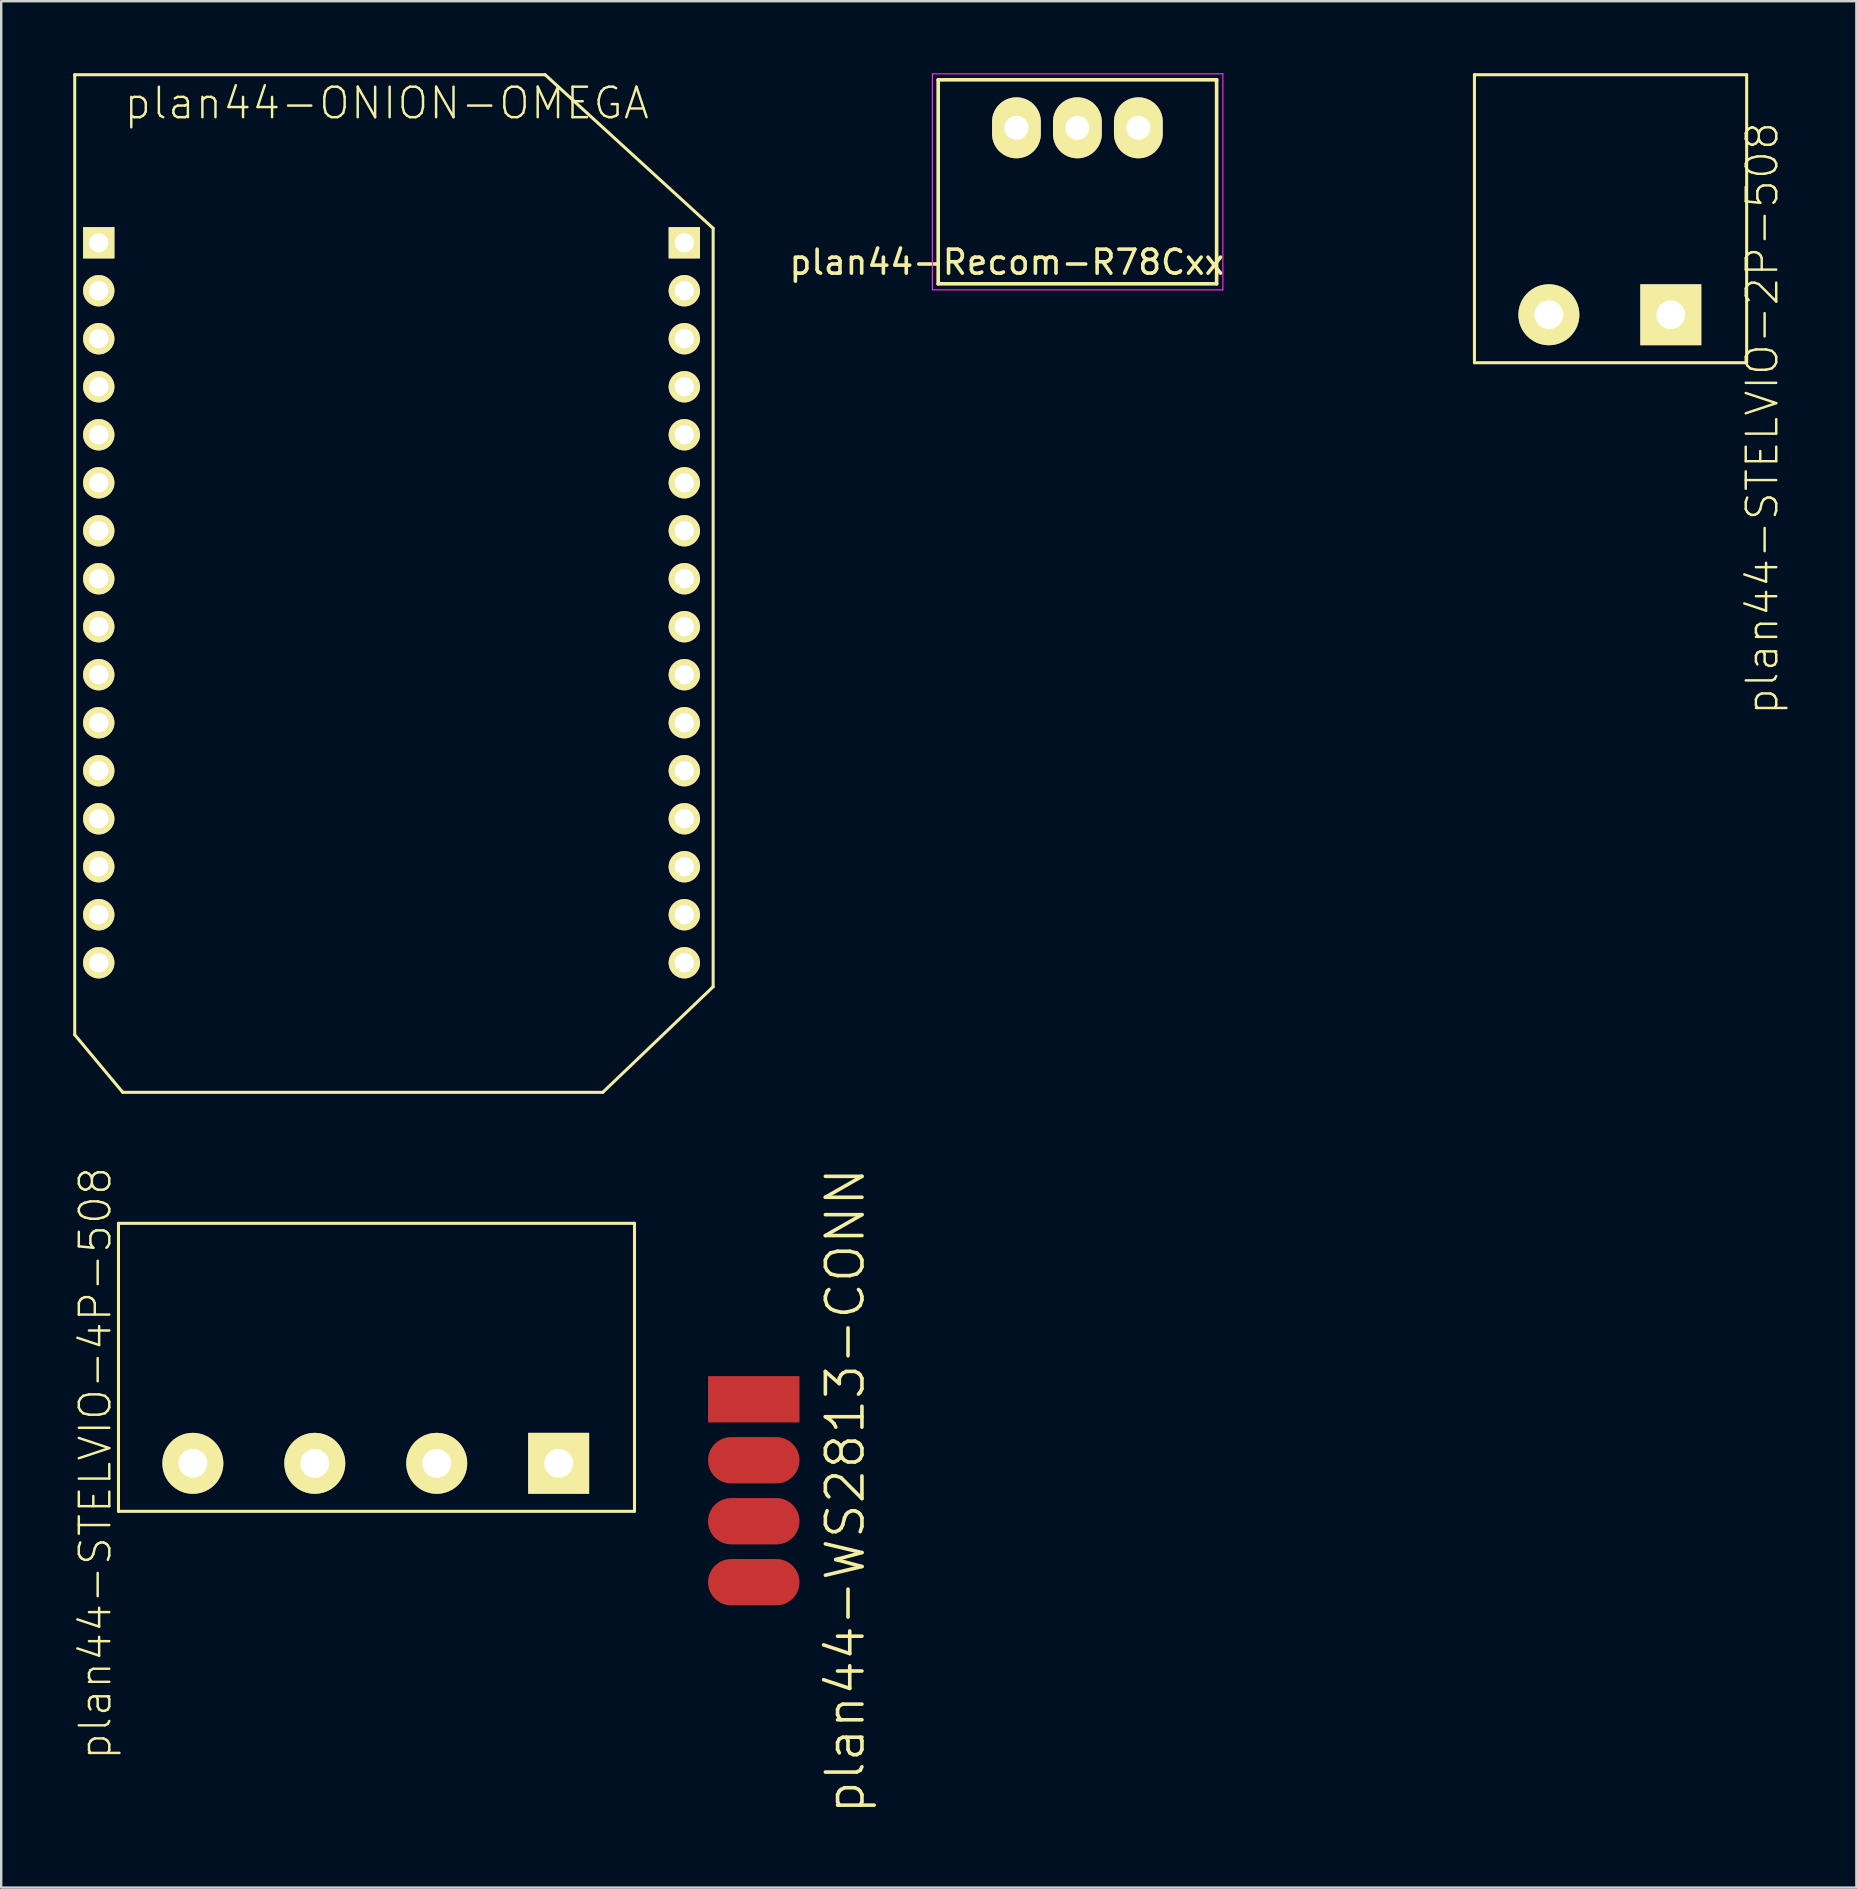
<source format=kicad_pcb>
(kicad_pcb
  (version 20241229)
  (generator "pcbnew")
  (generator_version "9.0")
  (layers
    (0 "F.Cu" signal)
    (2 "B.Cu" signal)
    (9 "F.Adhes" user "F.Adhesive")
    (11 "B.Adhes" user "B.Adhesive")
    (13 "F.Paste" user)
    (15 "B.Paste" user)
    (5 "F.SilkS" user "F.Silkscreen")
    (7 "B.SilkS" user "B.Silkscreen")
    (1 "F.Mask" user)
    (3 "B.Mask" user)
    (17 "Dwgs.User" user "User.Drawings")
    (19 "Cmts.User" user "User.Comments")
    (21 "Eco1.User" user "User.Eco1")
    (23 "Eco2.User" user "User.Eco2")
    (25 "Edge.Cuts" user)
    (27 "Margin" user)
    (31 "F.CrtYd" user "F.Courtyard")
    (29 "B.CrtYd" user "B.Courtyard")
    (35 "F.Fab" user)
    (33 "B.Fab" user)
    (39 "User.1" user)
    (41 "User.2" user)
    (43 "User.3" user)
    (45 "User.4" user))
  (footprint "plan44-WS2813-CONN"
    (layer "F.Cu")
    (at 28.354 55.249)
    (property "Reference" "plan44-WS2813-CONN" (at 3.81 3.81 90) (layer "F.SilkS") (effects (font (size 1.524 1.524) (thickness 0.15))))
    (attr exclude_from_pos_files exclude_from_bom)
    (pad "1" smd rect (at 0 0) (size 3.81 1.93) (layers "F.Cu" "F.Mask" "F.Paste"))
    (pad "2" smd oval (at 0 2.54) (size 3.81 1.93) (layers "F.Cu" "F.Mask" "F.Paste"))
    (pad "3" smd oval (at 0 5.08) (size 3.81 1.93) (layers "F.Cu" "F.Mask" "F.Paste"))
    (pad "4" smd oval (at 0 7.62) (size 3.81 1.93) (layers "F.Cu" "F.Mask" "F.Paste")))
  (footprint "plan44-STELVIO-4P-508"
    (layer "F.Cu")
    (at 4.985 57.917)
    (property "Reference" "plan44-STELVIO-4P-508" (at -4.064 0 90) (layer "F.SilkS") (effects (font (size 1.27 1.27) (thickness 0.102))))
    (attr exclude_from_pos_files exclude_from_bom)
    (fp_line (start -3.099 -10) (end 18.4 -10) (stroke (width 0.127) (type solid)) (layer "F.SilkS"))
    (fp_line (start -3.099 1.999) (end -3.099 -10) (stroke (width 0.127) (type solid)) (layer "F.SilkS"))
    (fp_line (start 18.4 -10) (end 18.4 1.999) (stroke (width 0.127) (type solid)) (layer "F.SilkS"))
    (fp_line (start 18.4 1.999) (end -3.099 1.999) (stroke (width 0.127) (type solid)) (layer "F.SilkS"))
    (pad "1" thru_hole rect (at 15.24 0) (size 2.54 2.54) (drill 1.199) (layers "*.Cu" "*.Mask" "F.SilkS" "F.Paste"))
    (pad "2" thru_hole circle (at 10.16 0) (size 2.54 2.54) (drill 1.199) (layers "*.Cu" "*.Mask" "F.SilkS" "F.Paste"))
    (pad "3" thru_hole circle (at 5.08 0) (size 2.54 2.54) (drill 1.199) (layers "*.Cu" "*.Mask" "F.SilkS" "F.Paste"))
    (pad "4" thru_hole circle (at 0 0) (size 2.54 2.54) (drill 1.199) (layers "*.Cu" "*.Mask" "F.SilkS" "F.Paste")))
  (footprint "plan44-STELVIO-2P-508"
    (layer "F.Cu")
    (at 51.321 10.063)
    (property "Reference" "plan44-STELVIO-2P-508" (at 19.05 4.318 90) (layer "F.SilkS") (effects (font (size 1.27 1.27) (thickness 0.102))))
    (attr exclude_from_pos_files exclude_from_bom)
    (fp_line (start 7.059 -10) (end 18.4 -10) (stroke (width 0.127) (type solid)) (layer "F.SilkS"))
    (fp_line (start 7.059 1.999) (end 7.059 -10) (stroke (width 0.127) (type solid)) (layer "F.SilkS"))
    (fp_line (start 18.4 -10) (end 18.4 1.999) (stroke (width 0.127) (type solid)) (layer "F.SilkS"))
    (fp_line (start 18.4 1.999) (end 7.059 1.999) (stroke (width 0.127) (type solid)) (layer "F.SilkS"))
    (pad "1" thru_hole rect (at 15.24 0) (size 2.54 2.54) (drill 1.199) (layers "*.Cu" "*.Mask" "F.SilkS" "F.Paste"))
    (pad "2" thru_hole circle (at 10.16 0) (size 2.54 2.54) (drill 1.199) (layers "*.Cu" "*.Mask" "F.SilkS" "F.Paste")))
  (footprint "plan44-Recom-R78Cxx"
    (layer "F.Cu")
    (at 39.298 2.275)
    (property "Reference" "plan44-Recom-R78Cxx" (at -0.4 5.6 0) (layer "F.SilkS") (effects (font (size 1 1) (thickness 0.15))))
    (attr through_hole)
    (fp_line (start -3.26 -2) (end 8.34 -2) (stroke (width 0.15) (type solid)) (layer "F.SilkS"))
    (fp_line (start -3.26 6.5) (end -3.26 -2) (stroke (width 0.15) (type solid)) (layer "F.SilkS"))
    (fp_line (start 8.34 -2) (end 8.34 6.5) (stroke (width 0.15) (type solid)) (layer "F.SilkS"))
    (fp_line (start 8.34 6.5) (end -3.26 6.5) (stroke (width 0.15) (type solid)) (layer "F.SilkS"))
    (fp_line (start -3.5 -2.25) (end -3.5 6.75) (stroke (width 0.05) (type solid)) (layer "F.CrtYd"))
    (fp_line (start -3.5 -2.25) (end 8.6 -2.25) (stroke (width 0.05) (type solid)) (layer "F.CrtYd"))
    (fp_line (start -3.5 6.75) (end 8.6 6.75) (stroke (width 0.05) (type solid)) (layer "F.CrtYd"))
    (fp_line (start 8.6 -2.25) (end 8.6 6.75) (stroke (width 0.05) (type solid)) (layer "F.CrtYd"))
    (pad "1" thru_hole oval (at 5.08 0) (size 2.032 2.54) (drill 1) (layers "*.Cu" "*.Mask" "F.SilkS"))
    (pad "2" thru_hole oval (at 2.54 0) (size 2.032 2.54) (drill 1) (layers "*.Cu" "*.Mask" "F.SilkS"))
    (pad "3" thru_hole oval (at 0 0) (size 2.032 2.54) (drill 1) (layers "*.Cu" "*.Mask" "F.SilkS")))
  (footprint "plan44-ONION-OMEGA"
    (layer "F.Cu")
    (at 13.063 21.062)
    (property "Reference" "plan44-ONION-OMEGA" (at 0 -19.812 0) (layer "F.SilkS") (effects (font (size 1.27 1.27) (thickness 0.102))))
    (attr exclude_from_pos_files exclude_from_bom)
    (fp_line (start -13 -20.998) (end 6.599 -20.998) (stroke (width 0.127) (type solid)) (layer "F.SilkS"))
    (fp_line (start -13 18.999) (end -13 -20.998) (stroke (width 0.127) (type solid)) (layer "F.SilkS"))
    (fp_line (start -10.998 21.399) (end -13 18.999) (stroke (width 0.127) (type solid)) (layer "F.SilkS"))
    (fp_line (start 6.599 -20.998) (end 13.599 -14.6) (stroke (width 0.127) (type solid)) (layer "F.SilkS"))
    (fp_line (start 8.999 21.399) (end -10.998 21.399) (stroke (width 0.127) (type solid)) (layer "F.SilkS"))
    (fp_line (start 13.599 -14.6) (end 13.599 16.998) (stroke (width 0.127) (type solid)) (layer "F.SilkS"))
    (fp_line (start 13.599 16.998) (end 8.999 21.399) (stroke (width 0.127) (type solid)) (layer "F.SilkS"))
    (pad "A1" thru_hole rect (at -11.999 -13.998) (size 1.306 1.306) (drill 0.798) (layers "*.Cu" "*.Mask" "F.SilkS" "F.Paste"))
    (pad "A2" thru_hole circle (at -11.999 -11.999) (size 1.306 1.306) (drill 0.798) (layers "*.Cu" "*.Mask" "F.SilkS" "F.Paste"))
    (pad "A3" thru_hole circle (at -11.999 -10) (size 1.306 1.306) (drill 0.798) (layers "*.Cu" "*.Mask" "F.SilkS" "F.Paste"))
    (pad "A4" thru_hole circle (at -11.999 -7.998) (size 1.306 1.306) (drill 0.798) (layers "*.Cu" "*.Mask" "F.SilkS" "F.Paste"))
    (pad "A5" thru_hole circle (at -11.999 -5.999) (size 1.306 1.306) (drill 0.798) (layers "*.Cu" "*.Mask" "F.SilkS" "F.Paste"))
    (pad "A6" thru_hole circle (at -11.999 -3.998) (size 1.306 1.306) (drill 0.798) (layers "*.Cu" "*.Mask" "F.SilkS" "F.Paste"))
    (pad "A7" thru_hole circle (at -11.999 -1.999) (size 1.306 1.306) (drill 0.798) (layers "*.Cu" "*.Mask" "F.SilkS" "F.Paste"))
    (pad "A8" thru_hole circle (at -11.999 0) (size 1.306 1.306) (drill 0.798) (layers "*.Cu" "*.Mask" "F.SilkS" "F.Paste"))
    (pad "A9" thru_hole circle (at -11.999 1.999) (size 1.306 1.306) (drill 0.798) (layers "*.Cu" "*.Mask" "F.SilkS" "F.Paste"))
    (pad "A10" thru_hole circle (at -11.999 3.998) (size 1.306 1.306) (drill 0.798) (layers "*.Cu" "*.Mask" "F.SilkS" "F.Paste"))
    (pad "A11" thru_hole circle (at -11.999 5.999) (size 1.306 1.306) (drill 0.798) (layers "*.Cu" "*.Mask" "F.SilkS" "F.Paste"))
    (pad "A12" thru_hole circle (at -11.999 7.998) (size 1.306 1.306) (drill 0.798) (layers "*.Cu" "*.Mask" "F.SilkS" "F.Paste"))
    (pad "A13" thru_hole circle (at -11.999 10) (size 1.306 1.306) (drill 0.798) (layers "*.Cu" "*.Mask" "F.SilkS" "F.Paste"))
    (pad "A14" thru_hole circle (at -11.999 11.999) (size 1.306 1.306) (drill 0.798) (layers "*.Cu" "*.Mask" "F.SilkS" "F.Paste"))
    (pad "A15" thru_hole circle (at -11.999 13.998) (size 1.306 1.306) (drill 0.798) (layers "*.Cu" "*.Mask" "F.SilkS" "F.Paste"))
    (pad "A16" thru_hole circle (at -11.999 15.999) (size 1.306 1.306) (drill 0.798) (layers "*.Cu" "*.Mask" "F.SilkS" "F.Paste"))
    (pad "B1" thru_hole rect (at 12.398 -13.998) (size 1.306 1.306) (drill 0.798) (layers "*.Cu" "*.Mask" "F.SilkS" "F.Paste"))
    (pad "B2" thru_hole circle (at 12.398 -11.999) (size 1.306 1.306) (drill 0.798) (layers "*.Cu" "*.Mask" "F.SilkS" "F.Paste"))
    (pad "B3" thru_hole circle (at 12.398 -10) (size 1.306 1.306) (drill 0.798) (layers "*.Cu" "*.Mask" "F.SilkS" "F.Paste"))
    (pad "B4" thru_hole circle (at 12.398 -7.998) (size 1.306 1.306) (drill 0.798) (layers "*.Cu" "*.Mask" "F.SilkS" "F.Paste"))
    (pad "B5" thru_hole circle (at 12.398 -5.999) (size 1.306 1.306) (drill 0.798) (layers "*.Cu" "*.Mask" "F.SilkS" "F.Paste"))
    (pad "B6" thru_hole circle (at 12.398 -3.998) (size 1.306 1.306) (drill 0.798) (layers "*.Cu" "*.Mask" "F.SilkS" "F.Paste"))
    (pad "B7" thru_hole circle (at 12.398 -1.999) (size 1.306 1.306) (drill 0.798) (layers "*.Cu" "*.Mask" "F.SilkS" "F.Paste"))
    (pad "B8" thru_hole circle (at 12.398 0) (size 1.306 1.306) (drill 0.798) (layers "*.Cu" "*.Mask" "F.SilkS" "F.Paste"))
    (pad "B9" thru_hole circle (at 12.398 1.999) (size 1.306 1.306) (drill 0.798) (layers "*.Cu" "*.Mask" "F.SilkS" "F.Paste"))
    (pad "B10" thru_hole circle (at 12.398 3.998) (size 1.306 1.306) (drill 0.798) (layers "*.Cu" "*.Mask" "F.SilkS" "F.Paste"))
    (pad "B11" thru_hole circle (at 12.398 5.999) (size 1.306 1.306) (drill 0.798) (layers "*.Cu" "*.Mask" "F.SilkS" "F.Paste"))
    (pad "B12" thru_hole circle (at 12.398 7.998) (size 1.306 1.306) (drill 0.798) (layers "*.Cu" "*.Mask" "F.SilkS" "F.Paste"))
    (pad "B13" thru_hole circle (at 12.398 10) (size 1.306 1.306) (drill 0.798) (layers "*.Cu" "*.Mask" "F.SilkS" "F.Paste"))
    (pad "B14" thru_hole circle (at 12.398 11.999) (size 1.306 1.306) (drill 0.798) (layers "*.Cu" "*.Mask" "F.SilkS" "F.Paste"))
    (pad "B15" thru_hole circle (at 12.398 13.998) (size 1.306 1.306) (drill 0.798) (layers "*.Cu" "*.Mask" "F.SilkS" "F.Paste"))
    (pad "B16" thru_hole circle (at 12.398 15.999) (size 1.306 1.306) (drill 0.798) (layers "*.Cu" "*.Mask" "F.SilkS" "F.Paste")))
  (gr_rect
    (start -3 -3)
    (end 74.292 75.594)
    (stroke (width 0.1) (type default))
    (fill no)
    (layer "Edge.Cuts")))
</source>
